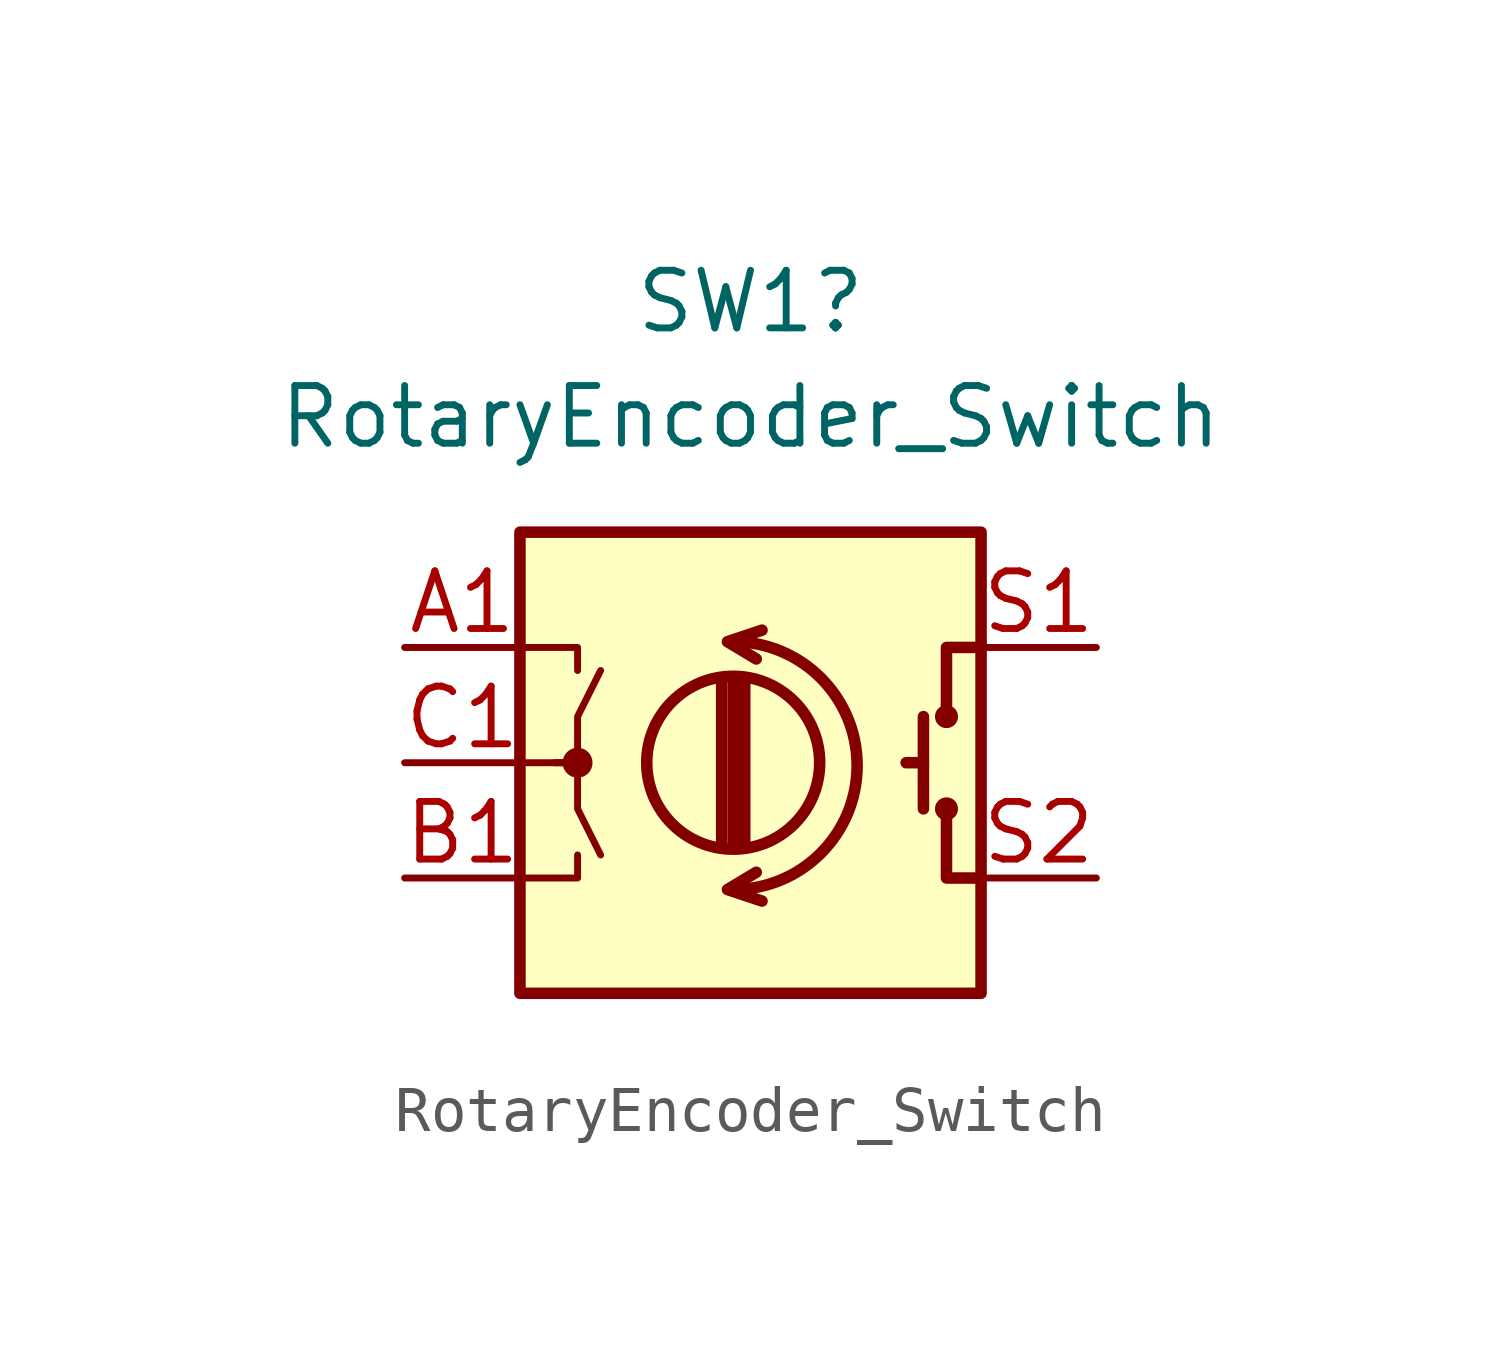
<source format=kicad_sym>
(kicad_symbol_lib
  (version 20211014)
  (generator kicad_symbol_editor)
  (symbol "RotaryEncoder_Switch"
    (pin_names
      (offset 0.254) hide)
    (property "Reference" "SW1"
      (at 0 10.16 0)
      (effects (font (size 1.27 1.27))))
    (property "Value" "RotaryEncoder_Switch"
      (at 0 7.62 0)
      (effects (font (size 1.27 1.27))))
    (symbol "RotaryEncoder_Switch_0_1"
      (rectangle (start -5.08 5.08) (end 5.08 -5.08) (stroke (width 0.254) (type default) (color 0 0 0 0)) (fill (type background)))
      (circle (center -3.81 0) (radius 0.254) (stroke (width 0) (type default) (color 0 0 0 0)) (fill (type outline)))
      (arc (start -0.381 -2.794) (mid 2.3622 -0.0635) (end -0.381 2.667) (stroke (width 0.254) (type default) (color 0 0 0 0)) (fill (type none)))
      (circle (center -0.381 0) (radius 1.905) (stroke (width 0.254) (type default) (color 0 0 0 0)) (fill (type none)))
      (polyline (pts (xy -0.635 -1.778) (xy -0.635 1.778)) (stroke (width 0.254) (type default) (color 0 0 0 0)) (fill (type none)))
      (polyline (pts (xy -0.381 -1.778) (xy -0.381 1.778)) (stroke (width 0.254) (type default) (color 0 0 0 0)) (fill (type none)))
      (polyline (pts (xy -0.127 1.778) (xy -0.127 -1.778)) (stroke (width 0.254) (type default) (color 0 0 0 0)) (fill (type none)))
      (polyline (pts (xy 3.81 0) (xy 3.429 0)) (stroke (width 0.254) (type default) (color 0 0 0 0)) (fill (type none)))
      (polyline (pts (xy 3.81 1.016) (xy 3.81 -1.016)) (stroke (width 0.254) (type default) (color 0 0 0 0)) (fill (type none)))
      (polyline (pts (xy -5.08 -2.54) (xy -3.81 -2.54) (xy -3.81 -2.032)) (stroke (width 0) (type default) (color 0 0 0 0)) (fill (type none)))
      (polyline (pts (xy -5.08 2.54) (xy -3.81 2.54) (xy -3.81 2.032)) (stroke (width 0) (type default) (color 0 0 0 0)) (fill (type none)))
      (polyline (pts (xy 0.254 -3.048) (xy -0.508 -2.794) (xy 0.127 -2.413)) (stroke (width 0.254) (type default) (color 0 0 0 0)) (fill (type none)))
      (polyline (pts (xy 0.254 2.921) (xy -0.508 2.667) (xy 0.127 2.286)) (stroke (width 0.254) (type default) (color 0 0 0 0)) (fill (type none)))
      (polyline (pts (xy 5.08 -2.54) (xy 4.318 -2.54) (xy 4.318 -1.016)) (stroke (width 0.254) (type default) (color 0 0 0 0)) (fill (type none)))
      (polyline (pts (xy 5.08 2.54) (xy 4.318 2.54) (xy 4.318 1.016)) (stroke (width 0.254) (type default) (color 0 0 0 0)) (fill (type none)))
      (polyline (pts (xy -5.08 0) (xy -3.81 0) (xy -3.81 -1.016) (xy -3.302 -2.032)) (stroke (width 0) (type default) (color 0 0 0 0)) (fill (type none)))
      (polyline (pts (xy -4.318 0) (xy -3.81 0) (xy -3.81 1.016) (xy -3.302 2.032)) (stroke (width 0) (type default) (color 0 0 0 0)) (fill (type none)))
      (circle (center 4.318 -1.016) (radius 0.127) (stroke (width 0.254) (type default) (color 0 0 0 0)) (fill (type none)))
      (circle (center 4.318 1.016) (radius 0.127) (stroke (width 0.254) (type default) (color 0 0 0 0)) (fill (type none))))
    (symbol "RotaryEncoder_Switch_1_1"
      (pin passive line (at -7.62 2.54 0) (length 2.54) (name "A" (effects (font (size 1.27 1.27)))) (number "A1" (effects (font (size 1.27 1.27)))))
      (pin passive line (at -7.62 -2.54 0) (length 2.54) (name "B" (effects (font (size 1.27 1.27)))) (number "B1" (effects (font (size 1.27 1.27)))))
      (pin passive line (at -7.62 0 0) (length 2.54) (name "C" (effects (font (size 1.27 1.27)))) (number "C1" (effects (font (size 1.27 1.27)))))
      (pin passive line (at 7.62 2.54 180) (length 2.54) (name "S1" (effects (font (size 1.27 1.27)))) (number "S1" (effects (font (size 1.27 1.27)))))
      (pin passive line (at 7.62 -2.54 180) (length 2.54) (name "S2" (effects (font (size 1.27 1.27)))) (number "S2" (effects (font (size 1.27 1.27))))))))
</source>
